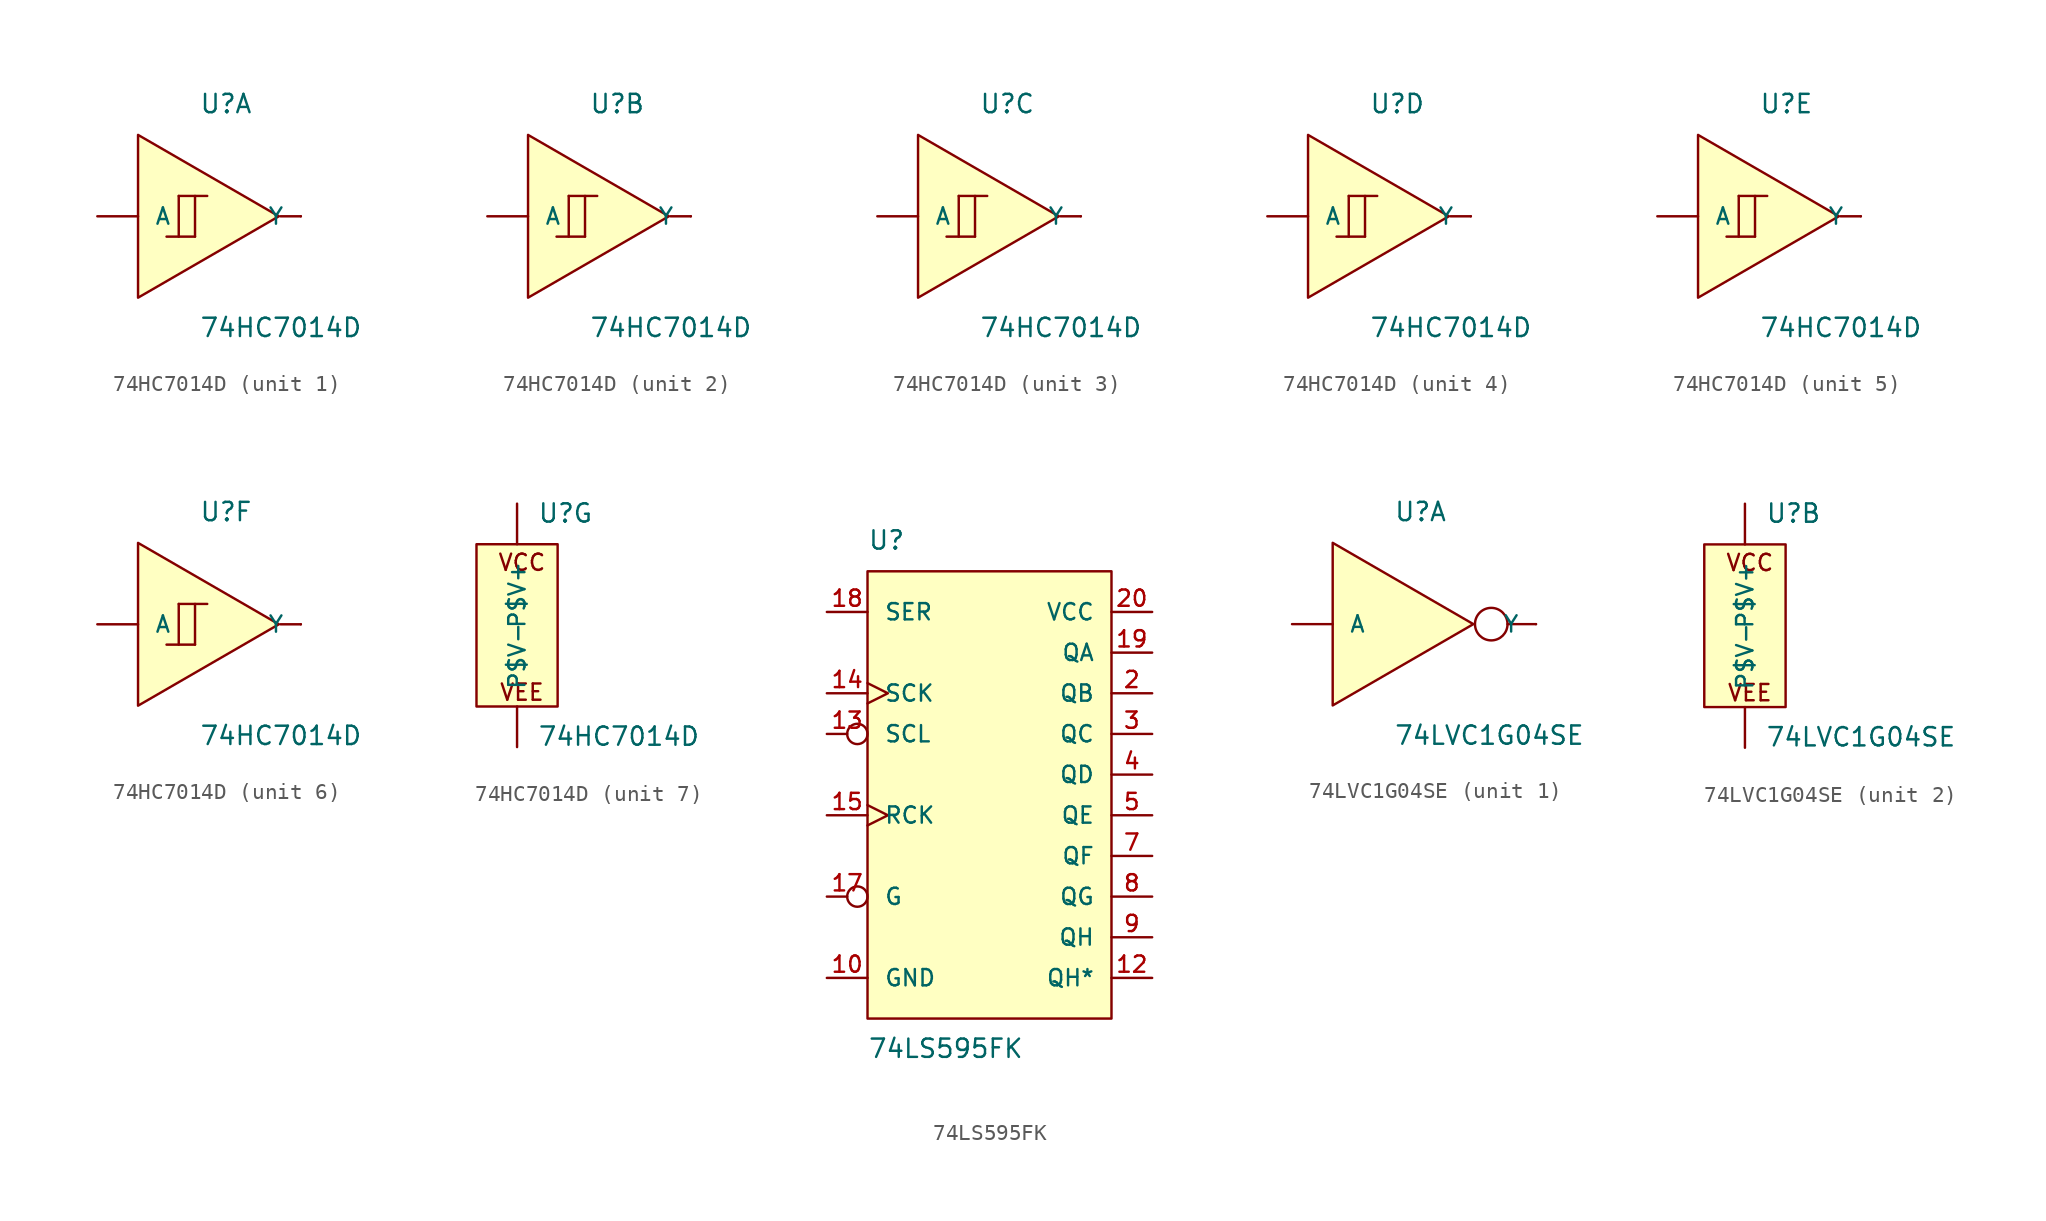
<source format=kicad_sym>
(kicad_symbol_lib
  (version 20211014)
  (generator kicad_symbol_editor)
  (symbol "74HC7014D"
    (pin_numbers hide)
    (pin_names
      (offset 1.016))
    (property "Reference" "U"
      (at 1.27 6.35 0)
      (effects (font (size 1.143 1.143)) (justify left bottom)))
    (property "Value" "74HC7014D"
      (at 1.27 -7.62 0)
      (effects (font (size 1.143 1.143)) (justify left bottom)))
    (property "ki_locked" ""
      (at 0 0 0)
      (effects (font (size 1.27 1.27))))
    (symbol "74HC7014D_1_0"
      (polyline (pts (xy 0 1.27) (xy 0 -1.27)) (stroke (width 0) (type default) (color 0 0 0 0)) (fill (type none)))
      (polyline (pts (xy 0 1.27) (xy 1.778 1.27)) (stroke (width 0) (type default) (color 0 0 0 0)) (fill (type none)))
      (polyline (pts (xy 1.016 -1.27) (xy -0.762 -1.27)) (stroke (width 0) (type default) (color 0 0 0 0)) (fill (type none)))
      (polyline (pts (xy 1.016 -1.27) (xy 1.016 1.27)) (stroke (width 0) (type default) (color 0 0 0 0)) (fill (type none)))
      (polyline (pts (xy 6.35 0) (xy 7.62 0)) (stroke (width 0) (type default) (color 0 0 0 0)) (fill (type none))))
    (symbol "74HC7014D_1_1"
      (polyline (pts (xy -2.54 5.08) (xy 6.248 0) (xy -2.54 -5.08) (xy -2.54 5.08)) (stroke (width 0) (type default) (color 0 0 0 0)) (fill (type background)))
      (pin bidirectional line (at -5.08 0 0) (length 2.54) (name "A" (effects (font (size 1.016 1.016)))) (number "1" (effects (font (size 1.016 1.016)))))
      (pin bidirectional line (at 7.62 0 180) (length 0) (name "Y" (effects (font (size 1.016 1.016)))) (number "2" (effects (font (size 1.016 1.016))))))
    (symbol "74HC7014D_2_0"
      (polyline (pts (xy 0 1.27) (xy 0 -1.27)) (stroke (width 0) (type default) (color 0 0 0 0)) (fill (type none)))
      (polyline (pts (xy 0 1.27) (xy 1.778 1.27)) (stroke (width 0) (type default) (color 0 0 0 0)) (fill (type none)))
      (polyline (pts (xy 1.016 -1.27) (xy -0.762 -1.27)) (stroke (width 0) (type default) (color 0 0 0 0)) (fill (type none)))
      (polyline (pts (xy 1.016 -1.27) (xy 1.016 1.27)) (stroke (width 0) (type default) (color 0 0 0 0)) (fill (type none)))
      (polyline (pts (xy 6.35 0) (xy 7.62 0)) (stroke (width 0) (type default) (color 0 0 0 0)) (fill (type none))))
    (symbol "74HC7014D_2_1"
      (polyline (pts (xy -2.54 5.08) (xy 6.248 0) (xy -2.54 -5.08) (xy -2.54 5.08)) (stroke (width 0) (type default) (color 0 0 0 0)) (fill (type background)))
      (pin bidirectional line (at -5.08 0 0) (length 2.54) (name "A" (effects (font (size 1.016 1.016)))) (number "3" (effects (font (size 1.016 1.016)))))
      (pin bidirectional line (at 7.62 0 180) (length 0) (name "Y" (effects (font (size 1.016 1.016)))) (number "4" (effects (font (size 1.016 1.016))))))
    (symbol "74HC7014D_3_0"
      (polyline (pts (xy 0 1.27) (xy 0 -1.27)) (stroke (width 0) (type default) (color 0 0 0 0)) (fill (type none)))
      (polyline (pts (xy 0 1.27) (xy 1.778 1.27)) (stroke (width 0) (type default) (color 0 0 0 0)) (fill (type none)))
      (polyline (pts (xy 1.016 -1.27) (xy -0.762 -1.27)) (stroke (width 0) (type default) (color 0 0 0 0)) (fill (type none)))
      (polyline (pts (xy 1.016 -1.27) (xy 1.016 1.27)) (stroke (width 0) (type default) (color 0 0 0 0)) (fill (type none)))
      (polyline (pts (xy 6.35 0) (xy 7.62 0)) (stroke (width 0) (type default) (color 0 0 0 0)) (fill (type none))))
    (symbol "74HC7014D_3_1"
      (polyline (pts (xy -2.54 5.08) (xy 6.248 0) (xy -2.54 -5.08) (xy -2.54 5.08)) (stroke (width 0) (type default) (color 0 0 0 0)) (fill (type background)))
      (pin bidirectional line (at -5.08 0 0) (length 2.54) (name "A" (effects (font (size 1.016 1.016)))) (number "5" (effects (font (size 1.016 1.016)))))
      (pin bidirectional line (at 7.62 0 180) (length 0) (name "Y" (effects (font (size 1.016 1.016)))) (number "6" (effects (font (size 1.016 1.016))))))
    (symbol "74HC7014D_4_0"
      (polyline (pts (xy 0 1.27) (xy 0 -1.27)) (stroke (width 0) (type default) (color 0 0 0 0)) (fill (type none)))
      (polyline (pts (xy 0 1.27) (xy 1.778 1.27)) (stroke (width 0) (type default) (color 0 0 0 0)) (fill (type none)))
      (polyline (pts (xy 1.016 -1.27) (xy -0.762 -1.27)) (stroke (width 0) (type default) (color 0 0 0 0)) (fill (type none)))
      (polyline (pts (xy 1.016 -1.27) (xy 1.016 1.27)) (stroke (width 0) (type default) (color 0 0 0 0)) (fill (type none)))
      (polyline (pts (xy 6.35 0) (xy 7.62 0)) (stroke (width 0) (type default) (color 0 0 0 0)) (fill (type none))))
    (symbol "74HC7014D_4_1"
      (polyline (pts (xy -2.54 5.08) (xy 6.248 0) (xy -2.54 -5.08) (xy -2.54 5.08)) (stroke (width 0) (type default) (color 0 0 0 0)) (fill (type background)))
      (pin bidirectional line (at 7.62 0 180) (length 0) (name "Y" (effects (font (size 1.016 1.016)))) (number "8" (effects (font (size 1.016 1.016)))))
      (pin bidirectional line (at -5.08 0 0) (length 2.54) (name "A" (effects (font (size 1.016 1.016)))) (number "9" (effects (font (size 1.016 1.016))))))
    (symbol "74HC7014D_5_0"
      (polyline (pts (xy 0 1.27) (xy 0 -1.27)) (stroke (width 0) (type default) (color 0 0 0 0)) (fill (type none)))
      (polyline (pts (xy 0 1.27) (xy 1.778 1.27)) (stroke (width 0) (type default) (color 0 0 0 0)) (fill (type none)))
      (polyline (pts (xy 1.016 -1.27) (xy -0.762 -1.27)) (stroke (width 0) (type default) (color 0 0 0 0)) (fill (type none)))
      (polyline (pts (xy 1.016 -1.27) (xy 1.016 1.27)) (stroke (width 0) (type default) (color 0 0 0 0)) (fill (type none)))
      (polyline (pts (xy 6.35 0) (xy 7.62 0)) (stroke (width 0) (type default) (color 0 0 0 0)) (fill (type none))))
    (symbol "74HC7014D_5_1"
      (polyline (pts (xy -2.54 5.08) (xy 6.248 0) (xy -2.54 -5.08) (xy -2.54 5.08)) (stroke (width 0) (type default) (color 0 0 0 0)) (fill (type background)))
      (pin bidirectional line (at 7.62 0 180) (length 0) (name "Y" (effects (font (size 1.016 1.016)))) (number "10" (effects (font (size 1.016 1.016)))))
      (pin bidirectional line (at -5.08 0 0) (length 2.54) (name "A" (effects (font (size 1.016 1.016)))) (number "11" (effects (font (size 1.016 1.016))))))
    (symbol "74HC7014D_6_0"
      (polyline (pts (xy 0 1.27) (xy 0 -1.27)) (stroke (width 0) (type default) (color 0 0 0 0)) (fill (type none)))
      (polyline (pts (xy 0 1.27) (xy 1.778 1.27)) (stroke (width 0) (type default) (color 0 0 0 0)) (fill (type none)))
      (polyline (pts (xy 1.016 -1.27) (xy -0.762 -1.27)) (stroke (width 0) (type default) (color 0 0 0 0)) (fill (type none)))
      (polyline (pts (xy 1.016 -1.27) (xy 1.016 1.27)) (stroke (width 0) (type default) (color 0 0 0 0)) (fill (type none)))
      (polyline (pts (xy 6.35 0) (xy 7.62 0)) (stroke (width 0) (type default) (color 0 0 0 0)) (fill (type none))))
    (symbol "74HC7014D_6_1"
      (polyline (pts (xy -2.54 5.08) (xy 6.248 0) (xy -2.54 -5.08) (xy -2.54 5.08)) (stroke (width 0) (type default) (color 0 0 0 0)) (fill (type background)))
      (pin bidirectional line (at 7.62 0 180) (length 0) (name "Y" (effects (font (size 1.016 1.016)))) (number "12" (effects (font (size 1.016 1.016)))))
      (pin bidirectional line (at -5.08 0 0) (length 2.54) (name "A" (effects (font (size 1.016 1.016)))) (number "13" (effects (font (size 1.016 1.016))))))
    (symbol "74HC7014D_7_0"
      (text "VCC" (at 0.305 3.937 0) (effects (font (size 1.016 1.016))))
      (text "VEE" (at 0.305 -4.191 0) (effects (font (size 1.016 1.016)))))
    (symbol "74HC7014D_7_1"
      (polyline (pts (xy -2.54 5.08) (xy 2.54 5.08) (xy 2.54 -5.08) (xy -2.54 -5.08) (xy -2.54 5.08)) (stroke (width 0) (type default) (color 0 0 0 0)) (fill (type background)))
      (pin bidirectional line (at 0 7.62 270) (length 2.54) (name "P$V+" (effects (font (size 1.016 1.016)))) (number "14" (effects (font (size 1.016 1.016)))))
      (pin bidirectional line (at 0 -7.62 90) (length 2.54) (name "P$V-" (effects (font (size 1.016 1.016)))) (number "7" (effects (font (size 1.016 1.016)))))))
  (symbol "74LS595FK"
    (pin_names
      (offset 1.016))
    (property "Reference" "U"
      (at -7.62 15.24 0)
      (effects (font (size 1.143 1.143)) (justify left bottom)))
    (property "Value" "74LS595FK"
      (at -7.62 -16.51 0)
      (effects (font (size 1.143 1.143)) (justify left bottom)))
    (property "ki_locked" ""
      (at 0 0 0)
      (effects (font (size 1.27 1.27))))
    (symbol "74LS595FK_1_1"
      (polyline (pts (xy -7.62 -13.97) (xy 7.62 -13.97) (xy 7.62 13.97) (xy -7.62 13.97) (xy -7.62 -13.97)) (stroke (width 0) (type default) (color 0 0 0 0)) (fill (type background)))
      (pin power_in line (at -10.16 -11.43 0) (length 2.54) (name "GND" (effects (font (size 1.016 1.016)))) (number "10" (effects (font (size 1.016 1.016)))))
      (pin tri_state line (at 10.16 -11.43 180) (length 2.54) (name "QH*" (effects (font (size 1.016 1.016)))) (number "12" (effects (font (size 1.016 1.016)))))
      (pin input inverted (at -10.16 3.81 0) (length 2.54) (name "SCL" (effects (font (size 1.016 1.016)))) (number "13" (effects (font (size 1.016 1.016)))))
      (pin input clock (at -10.16 6.35 0) (length 2.54) (name "SCK" (effects (font (size 1.016 1.016)))) (number "14" (effects (font (size 1.016 1.016)))))
      (pin input clock (at -10.16 -1.27 0) (length 2.54) (name "RCK" (effects (font (size 1.016 1.016)))) (number "15" (effects (font (size 1.016 1.016)))))
      (pin input inverted (at -10.16 -6.35 0) (length 2.54) (name "G" (effects (font (size 1.016 1.016)))) (number "17" (effects (font (size 1.016 1.016)))))
      (pin input line (at -10.16 11.43 0) (length 2.54) (name "SER" (effects (font (size 1.016 1.016)))) (number "18" (effects (font (size 1.016 1.016)))))
      (pin tri_state line (at 10.16 8.89 180) (length 2.54) (name "QA" (effects (font (size 1.016 1.016)))) (number "19" (effects (font (size 1.016 1.016)))))
      (pin tri_state line (at 10.16 6.35 180) (length 2.54) (name "QB" (effects (font (size 1.016 1.016)))) (number "2" (effects (font (size 1.016 1.016)))))
      (pin power_in line (at 10.16 11.43 180) (length 2.54) (name "VCC" (effects (font (size 1.016 1.016)))) (number "20" (effects (font (size 1.016 1.016)))))
      (pin tri_state line (at 10.16 3.81 180) (length 2.54) (name "QC" (effects (font (size 1.016 1.016)))) (number "3" (effects (font (size 1.016 1.016)))))
      (pin tri_state line (at 10.16 1.27 180) (length 2.54) (name "QD" (effects (font (size 1.016 1.016)))) (number "4" (effects (font (size 1.016 1.016)))))
      (pin tri_state line (at 10.16 -1.27 180) (length 2.54) (name "QE" (effects (font (size 1.016 1.016)))) (number "5" (effects (font (size 1.016 1.016)))))
      (pin tri_state line (at 10.16 -3.81 180) (length 2.54) (name "QF" (effects (font (size 1.016 1.016)))) (number "7" (effects (font (size 1.016 1.016)))))
      (pin tri_state line (at 10.16 -6.35 180) (length 2.54) (name "QG" (effects (font (size 1.016 1.016)))) (number "8" (effects (font (size 1.016 1.016)))))
      (pin tri_state line (at 10.16 -8.89 180) (length 2.54) (name "QH" (effects (font (size 1.016 1.016)))) (number "9" (effects (font (size 1.016 1.016)))))))
  (symbol "74LVC1G04SE"
    (pin_numbers hide)
    (pin_names
      (offset 1.016))
    (property "Reference" "U"
      (at 1.27 6.35 0)
      (effects (font (size 1.143 1.143)) (justify left bottom)))
    (property "Value" "74LVC1G04SE"
      (at 1.27 -7.62 0)
      (effects (font (size 1.143 1.143)) (justify left bottom)))
    (property "ki_locked" ""
      (at 0 0 0)
      (effects (font (size 1.27 1.27))))
    (symbol "74LVC1G04SE_1_0"
      (polyline (pts (xy 10.16 0) (xy 8.382 0)) (stroke (width 0) (type default) (color 0 0 0 0)) (fill (type none))))
    (symbol "74LVC1G04SE_1_1"
      (polyline (pts (xy -2.54 5.08) (xy 6.248 0) (xy -2.54 -5.08) (xy -2.54 5.08)) (stroke (width 0) (type default) (color 0 0 0 0)) (fill (type background)))
      (circle (center 7.366 0) (radius 1.016) (stroke (width 0) (type default) (color 0 0 0 0)) (fill (type none)))
      (pin bidirectional line (at -5.08 0 0) (length 2.54) (name "A" (effects (font (size 1.016 1.016)))) (number "2" (effects (font (size 1.016 1.016)))))
      (pin bidirectional line (at 10.16 0 180) (length 0) (name "Y" (effects (font (size 1.016 1.016)))) (number "4" (effects (font (size 1.016 1.016))))))
    (symbol "74LVC1G04SE_2_0"
      (text "VCC" (at 0.305 3.937 0) (effects (font (size 1.016 1.016))))
      (text "VEE" (at 0.305 -4.191 0) (effects (font (size 1.016 1.016)))))
    (symbol "74LVC1G04SE_2_1"
      (polyline (pts (xy -2.54 5.08) (xy 2.54 5.08) (xy 2.54 -5.08) (xy -2.54 -5.08) (xy -2.54 5.08)) (stroke (width 0) (type default) (color 0 0 0 0)) (fill (type background)))
      (pin bidirectional line (at 0 -7.62 90) (length 2.54) (name "P$V-" (effects (font (size 1.016 1.016)))) (number "3" (effects (font (size 1.016 1.016)))))
      (pin bidirectional line (at 0 7.62 270) (length 2.54) (name "P$V+" (effects (font (size 1.016 1.016)))) (number "5" (effects (font (size 1.016 1.016))))))))
</source>
